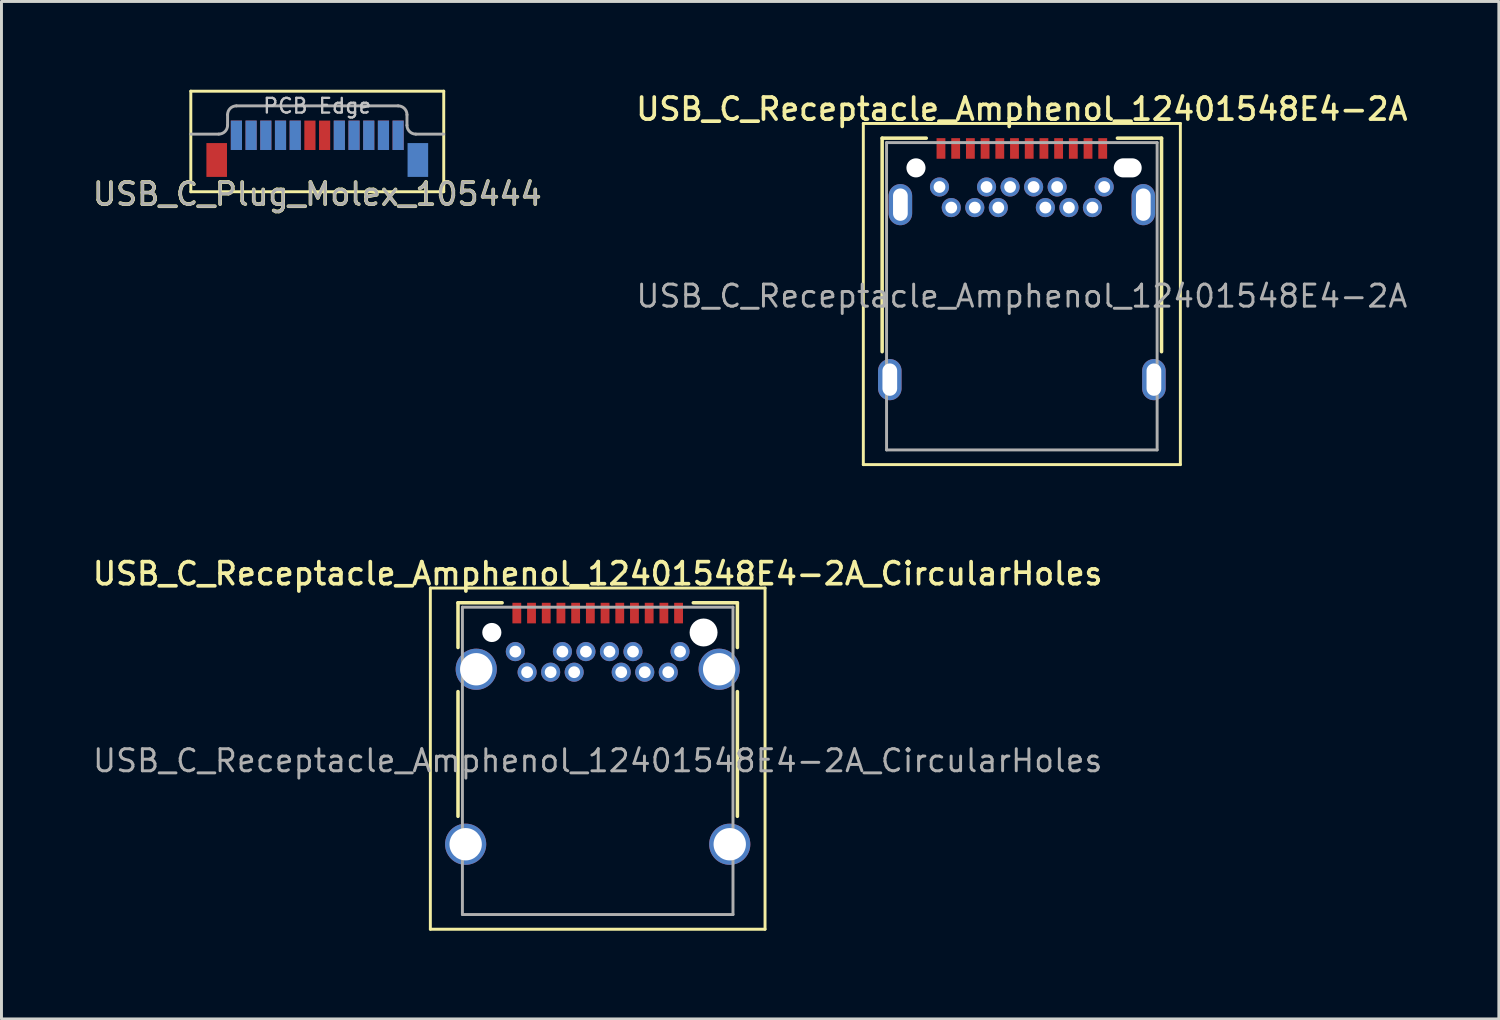
<source format=kicad_pcb>
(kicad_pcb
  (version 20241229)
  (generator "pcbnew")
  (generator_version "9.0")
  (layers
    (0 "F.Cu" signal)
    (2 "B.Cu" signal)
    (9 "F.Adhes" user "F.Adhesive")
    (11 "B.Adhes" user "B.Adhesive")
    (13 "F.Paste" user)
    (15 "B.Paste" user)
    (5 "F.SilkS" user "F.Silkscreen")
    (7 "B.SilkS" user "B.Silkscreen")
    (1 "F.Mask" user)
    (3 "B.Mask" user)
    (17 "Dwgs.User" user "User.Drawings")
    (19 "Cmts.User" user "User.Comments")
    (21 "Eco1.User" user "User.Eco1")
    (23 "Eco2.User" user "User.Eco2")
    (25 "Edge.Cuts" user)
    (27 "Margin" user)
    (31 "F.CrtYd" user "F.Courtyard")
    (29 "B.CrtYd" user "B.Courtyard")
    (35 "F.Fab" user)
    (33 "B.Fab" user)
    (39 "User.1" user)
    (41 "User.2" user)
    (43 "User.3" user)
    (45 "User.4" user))
  (footprint "USB_C_Receptacle_Amphenol_12401548E4-2A_CircularHoles"
    (layer "F.Cu")
    (at 17.273 22.816)
    (property "Reference" "USB_C_Receptacle_Amphenol_12401548E4-2A_CircularHoles" (at 0 -6.36 0) (layer "F.SilkS") (effects (font (size 0.75 0.75) (thickness 0.125))))
    (attr smd)
    (fp_line (start -5.69 -5.87) (end 5.69 -5.87) (stroke (width 0.1) (type solid)) (layer "F.SilkS"))
    (fp_line (start -5.69 5.73) (end -5.69 -5.87) (stroke (width 0.1) (type solid)) (layer "F.SilkS"))
    (fp_line (start -4.75 -5.37) (end -4.75 -3.85) (stroke (width 0.12) (type solid)) (layer "F.SilkS"))
    (fp_line (start -4.75 -5.37) (end -3.25 -5.37) (stroke (width 0.12) (type solid)) (layer "F.SilkS"))
    (fp_line (start -4.75 -2.35) (end -4.75 1.89) (stroke (width 0.12) (type solid)) (layer "F.SilkS"))
    (fp_line (start 3.25 -5.37) (end 4.75 -5.37) (stroke (width 0.12) (type solid)) (layer "F.SilkS"))
    (fp_line (start 4.75 -5.37) (end 4.75 -3.85) (stroke (width 0.12) (type solid)) (layer "F.SilkS"))
    (fp_line (start 4.75 -2.35) (end 4.75 1.89) (stroke (width 0.12) (type solid)) (layer "F.SilkS"))
    (fp_line (start 5.69 -5.87) (end 5.69 5.73) (stroke (width 0.1) (type solid)) (layer "F.SilkS"))
    (fp_line (start 5.69 5.73) (end -5.69 5.73) (stroke (width 0.1) (type solid)) (layer "F.SilkS"))
    (fp_line (start -4.6 -5.22) (end 4.6 -5.22) (stroke (width 0.1) (type solid)) (layer "F.Fab"))
    (fp_line (start -4.6 5.23) (end -4.6 -5.22) (stroke (width 0.1) (type solid)) (layer "F.Fab"))
    (fp_line (start -4.6 5.23) (end 4.6 5.23) (stroke (width 0.1) (type solid)) (layer "F.Fab"))
    (fp_line (start 4.6 5.23) (end 4.6 -5.22) (stroke (width 0.1) (type solid)) (layer "F.Fab"))
    (fp_text user "${REFERENCE}" (at 0 0 0) (layer "F.Fab") (effects (font (size 0.75 0.75) (thickness 0.1))))
    (pad "" np_thru_hole circle (at -3.6 -4.36) (size 0.65 0.65) (drill 0.65) (layers "*.Cu" "*.Mask"))
    (pad "" np_thru_hole circle (at 3.6 -4.36) (size 0.95 0.95) (drill 0.95) (layers "*.Cu" "*.Mask"))
    (pad "A1" smd rect (at -2.75 -5.02) (size 0.3 0.7) (layers "F.Cu" "F.Mask" "F.Paste"))
    (pad "A2" smd rect (at -2.25 -5.02) (size 0.3 0.7) (layers "F.Cu" "F.Mask" "F.Paste"))
    (pad "A3" smd rect (at -1.75 -5.02) (size 0.3 0.7) (layers "F.Cu" "F.Mask" "F.Paste"))
    (pad "A4" smd rect (at -1.25 -5.02) (size 0.3 0.7) (layers "F.Cu" "F.Mask" "F.Paste"))
    (pad "A5" smd rect (at -0.75 -5.02) (size 0.3 0.7) (layers "F.Cu" "F.Mask" "F.Paste"))
    (pad "A6" smd rect (at -0.25 -5.02) (size 0.3 0.7) (layers "F.Cu" "F.Mask" "F.Paste"))
    (pad "A7" smd rect (at 0.25 -5.02) (size 0.3 0.7) (layers "F.Cu" "F.Mask" "F.Paste"))
    (pad "A8" smd rect (at 0.75 -5.02) (size 0.3 0.7) (layers "F.Cu" "F.Mask" "F.Paste"))
    (pad "A9" smd rect (at 1.25 -5.02) (size 0.3 0.7) (layers "F.Cu" "F.Mask" "F.Paste"))
    (pad "A10" smd rect (at 1.75 -5.02) (size 0.3 0.7) (layers "F.Cu" "F.Mask" "F.Paste"))
    (pad "A11" smd rect (at 2.25 -5.02) (size 0.3 0.7) (layers "F.Cu" "F.Mask" "F.Paste"))
    (pad "A12" smd rect (at 2.75 -5.02) (size 0.3 0.7) (layers "F.Cu" "F.Mask" "F.Paste"))
    (pad "B1" thru_hole circle (at 2.8 -3.71) (size 0.65 0.65) (drill 0.4) (layers "*.Cu" "*.Mask"))
    (pad "B2" thru_hole circle (at 2.4 -3.01) (size 0.65 0.65) (drill 0.4) (layers "*.Cu" "*.Mask"))
    (pad "B3" thru_hole circle (at 1.6 -3.01) (size 0.65 0.65) (drill 0.4) (layers "*.Cu" "*.Mask"))
    (pad "B4" thru_hole circle (at 1.2 -3.71) (size 0.65 0.65) (drill 0.4) (layers "*.Cu" "*.Mask"))
    (pad "B5" thru_hole circle (at 0.8 -3.01) (size 0.65 0.65) (drill 0.4) (layers "*.Cu" "*.Mask"))
    (pad "B6" thru_hole circle (at 0.4 -3.71) (size 0.65 0.65) (drill 0.4) (layers "*.Cu" "*.Mask"))
    (pad "B7" thru_hole circle (at -0.4 -3.71) (size 0.65 0.65) (drill 0.4) (layers "*.Cu" "*.Mask"))
    (pad "B8" thru_hole circle (at -0.8 -3.01) (size 0.65 0.65) (drill 0.4) (layers "*.Cu" "*.Mask"))
    (pad "B9" thru_hole circle (at -1.2 -3.71) (size 0.65 0.65) (drill 0.4) (layers "*.Cu" "*.Mask"))
    (pad "B10" thru_hole circle (at -1.6 -3.01) (size 0.65 0.65) (drill 0.4) (layers "*.Cu" "*.Mask"))
    (pad "B11" thru_hole circle (at -2.4 -3.01) (size 0.65 0.65) (drill 0.4) (layers "*.Cu" "*.Mask"))
    (pad "B12" thru_hole circle (at -2.8 -3.71) (size 0.65 0.65) (drill 0.4) (layers "*.Cu" "*.Mask"))
    (pad "S1" thru_hole circle (at -4.49 2.84) (size 1.4 1.4) (drill 1.1) (layers "*.Cu" "*.Mask"))
    (pad "S1" thru_hole circle (at -4.13 -3.11) (size 1.4 1.4) (drill 1.1) (layers "*.Cu" "*.Mask"))
    (pad "S1" thru_hole circle (at 4.13 -3.11) (size 1.4 1.4) (drill 1.1) (layers "*.Cu" "*.Mask"))
    (pad "S1" thru_hole circle (at 4.49 2.84) (size 1.4 1.4) (drill 1.1) (layers "*.Cu" "*.Mask")))
  (footprint "USB_C_Receptacle_Amphenol_12401548E4-2A"
    (layer "F.Cu")
    (at 31.695 7.018)
    (property "Reference" "USB_C_Receptacle_Amphenol_12401548E4-2A" (at 0 -6.36 0) (layer "F.SilkS") (effects (font (size 0.75 0.75) (thickness 0.125))))
    (attr smd)
    (fp_line (start -5.39 -5.87) (end 5.39 -5.87) (stroke (width 0.1) (type solid)) (layer "F.SilkS"))
    (fp_line (start -5.39 5.73) (end -5.39 -5.87) (stroke (width 0.1) (type solid)) (layer "F.SilkS"))
    (fp_line (start -4.75 -5.37) (end -4.75 1.89) (stroke (width 0.12) (type solid)) (layer "F.SilkS"))
    (fp_line (start -4.75 -5.37) (end -3.25 -5.37) (stroke (width 0.12) (type solid)) (layer "F.SilkS"))
    (fp_line (start 3.25 -5.37) (end 4.75 -5.37) (stroke (width 0.12) (type solid)) (layer "F.SilkS"))
    (fp_line (start 4.75 -5.37) (end 4.75 1.89) (stroke (width 0.12) (type solid)) (layer "F.SilkS"))
    (fp_line (start 5.39 -5.87) (end 5.39 5.73) (stroke (width 0.1) (type solid)) (layer "F.SilkS"))
    (fp_line (start 5.39 5.73) (end -5.39 5.73) (stroke (width 0.1) (type solid)) (layer "F.SilkS"))
    (fp_line (start -4.6 -5.22) (end 4.6 -5.22) (stroke (width 0.1) (type solid)) (layer "F.Fab"))
    (fp_line (start -4.6 5.23) (end -4.6 -5.22) (stroke (width 0.1) (type solid)) (layer "F.Fab"))
    (fp_line (start -4.6 5.23) (end 4.6 5.23) (stroke (width 0.1) (type solid)) (layer "F.Fab"))
    (fp_line (start 4.6 5.23) (end 4.6 -5.22) (stroke (width 0.1) (type solid)) (layer "F.Fab"))
    (fp_text user "${REFERENCE}" (at 0 0 0) (layer "F.Fab") (effects (font (size 0.75 0.75) (thickness 0.1))))
    (pad "" np_thru_hole circle (at -3.6 -4.36) (size 0.65 0.65) (drill 0.65) (layers "*.Cu" "*.Mask"))
    (pad "" np_thru_hole oval (at 3.6 -4.36) (size 0.95 0.65) (drill oval 0.95 0.65) (layers "*.Cu" "*.Mask"))
    (pad "A1" smd rect (at -2.75 -5.02) (size 0.3 0.7) (layers "F.Cu" "F.Mask" "F.Paste"))
    (pad "A2" smd rect (at -2.25 -5.02) (size 0.3 0.7) (layers "F.Cu" "F.Mask" "F.Paste"))
    (pad "A3" smd rect (at -1.75 -5.02) (size 0.3 0.7) (layers "F.Cu" "F.Mask" "F.Paste"))
    (pad "A4" smd rect (at -1.25 -5.02) (size 0.3 0.7) (layers "F.Cu" "F.Mask" "F.Paste"))
    (pad "A5" smd rect (at -0.75 -5.02) (size 0.3 0.7) (layers "F.Cu" "F.Mask" "F.Paste"))
    (pad "A6" smd rect (at -0.25 -5.02) (size 0.3 0.7) (layers "F.Cu" "F.Mask" "F.Paste"))
    (pad "A7" smd rect (at 0.25 -5.02) (size 0.3 0.7) (layers "F.Cu" "F.Mask" "F.Paste"))
    (pad "A8" smd rect (at 0.75 -5.02) (size 0.3 0.7) (layers "F.Cu" "F.Mask" "F.Paste"))
    (pad "A9" smd rect (at 1.25 -5.02) (size 0.3 0.7) (layers "F.Cu" "F.Mask" "F.Paste"))
    (pad "A10" smd rect (at 1.75 -5.02) (size 0.3 0.7) (layers "F.Cu" "F.Mask" "F.Paste"))
    (pad "A11" smd rect (at 2.25 -5.02) (size 0.3 0.7) (layers "F.Cu" "F.Mask" "F.Paste"))
    (pad "A12" smd rect (at 2.75 -5.02) (size 0.3 0.7) (layers "F.Cu" "F.Mask" "F.Paste"))
    (pad "B1" thru_hole circle (at 2.8 -3.71) (size 0.65 0.65) (drill 0.4) (layers "*.Cu" "*.Mask"))
    (pad "B2" thru_hole circle (at 2.4 -3.01) (size 0.65 0.65) (drill 0.4) (layers "*.Cu" "*.Mask"))
    (pad "B3" thru_hole circle (at 1.6 -3.01) (size 0.65 0.65) (drill 0.4) (layers "*.Cu" "*.Mask"))
    (pad "B4" thru_hole circle (at 1.2 -3.71) (size 0.65 0.65) (drill 0.4) (layers "*.Cu" "*.Mask"))
    (pad "B5" thru_hole circle (at 0.8 -3.01) (size 0.65 0.65) (drill 0.4) (layers "*.Cu" "*.Mask"))
    (pad "B6" thru_hole circle (at 0.4 -3.71) (size 0.65 0.65) (drill 0.4) (layers "*.Cu" "*.Mask"))
    (pad "B7" thru_hole circle (at -0.4 -3.71) (size 0.65 0.65) (drill 0.4) (layers "*.Cu" "*.Mask"))
    (pad "B8" thru_hole circle (at -0.8 -3.01) (size 0.65 0.65) (drill 0.4) (layers "*.Cu" "*.Mask"))
    (pad "B9" thru_hole circle (at -1.2 -3.71) (size 0.65 0.65) (drill 0.4) (layers "*.Cu" "*.Mask"))
    (pad "B10" thru_hole circle (at -1.6 -3.01) (size 0.65 0.65) (drill 0.4) (layers "*.Cu" "*.Mask"))
    (pad "B11" thru_hole circle (at -2.4 -3.01) (size 0.65 0.65) (drill 0.4) (layers "*.Cu" "*.Mask"))
    (pad "B12" thru_hole circle (at -2.8 -3.71) (size 0.65 0.65) (drill 0.4) (layers "*.Cu" "*.Mask"))
    (pad "S1" thru_hole oval (at -4.49 2.84) (size 0.8 1.4) (drill oval 0.5 1.1) (layers "*.Cu" "*.Mask"))
    (pad "S1" thru_hole oval (at -4.13 -3.11) (size 0.8 1.4) (drill oval 0.5 1.1) (layers "*.Cu" "*.Mask"))
    (pad "S1" thru_hole oval (at 4.13 -3.11) (size 0.8 1.4) (drill oval 0.5 1.1) (layers "*.Cu" "*.Mask"))
    (pad "S1" thru_hole oval (at 4.49 2.84) (size 0.8 1.4) (drill oval 0.5 1.1) (layers "*.Cu" "*.Mask")))
  (footprint "USB_C_Plug_Molex_105444"
    (layer "F.Cu")
    (at 7.738 1.51)
    (property "Reference" "USB_C_Plug_Molex_105444" (at 0 2.04 0) (layer "F.SilkS") (effects (font (size 0.75 0.75) (thickness 0.125))))
    (attr smd)
    (fp_line (start -4.3 1.96) (end -4.3 -1.46) (stroke (width 0.1) (type solid)) (layer "F.SilkS"))
    (fp_line (start 4.3 -1.46) (end -4.3 -1.46) (stroke (width 0.1) (type solid)) (layer "F.SilkS"))
    (fp_line (start 4.3 1.96) (end -4.3 1.96) (stroke (width 0.1) (type solid)) (layer "F.SilkS"))
    (fp_line (start 4.3 1.96) (end 4.3 -1.46) (stroke (width 0.1) (type solid)) (layer "F.SilkS"))
    (fp_line (start -3.35 0) (end -4.3 0) (stroke (width 0.1) (type solid)) (layer "F.Fab"))
    (fp_line (start -3.05 -0.66) (end -3.05 -0.3) (stroke (width 0.1) (type solid)) (layer "F.Fab"))
    (fp_line (start -2.75 -0.96) (end 2.75 -0.96) (stroke (width 0.1) (type solid)) (layer "F.Fab"))
    (fp_line (start 3.05 -0.66) (end 3.05 -0.3) (stroke (width 0.1) (type solid)) (layer "F.Fab"))
    (fp_line (start 3.35 0) (end 4.3 0) (stroke (width 0.1) (type solid)) (layer "F.Fab"))
    (fp_arc (start -3.05 -0.66) (mid -2.962132 -0.872132) (end -2.75 -0.96) (stroke (width 0.1) (type solid)) (layer "F.Fab"))
    (fp_arc (start -3.05 -0.3) (mid -3.137868 -0.087868) (end -3.35 0) (stroke (width 0.1) (type solid)) (layer "F.Fab"))
    (fp_arc (start 2.75 -0.96) (mid 2.962132 -0.872132) (end 3.05 -0.66) (stroke (width 0.1) (type solid)) (layer "F.Fab"))
    (fp_arc (start 3.35 0) (mid 3.137868 -0.087868) (end 3.05 -0.3) (stroke (width 0.1) (type solid)) (layer "F.Fab"))
    (fp_text user "PCB Edge" (at 0 -0.96 0) (layer "Dwgs.User") (effects (font (size 0.5 0.5) (thickness 0.08))))
    (fp_text user "${REFERENCE}" (at 0 2.04 0) (layer "F.Fab") (effects (font (size 0.75 0.75) (thickness 0.1))))
    (pad "A1" smd rect (at -2.75 0.04) (size 0.38 1) (layers "F.Cu" "F.Mask" "F.Paste"))
    (pad "A2" smd rect (at -2.25 0.04) (size 0.38 1) (layers "F.Cu" "F.Mask" "F.Paste"))
    (pad "A3" smd rect (at -1.75 0.04) (size 0.38 1) (layers "F.Cu" "F.Mask" "F.Paste"))
    (pad "A4" smd rect (at -1.25 0.04) (size 0.38 1) (layers "F.Cu" "F.Mask" "F.Paste"))
    (pad "A5" smd rect (at -0.75 0.04) (size 0.38 1) (layers "F.Cu" "F.Mask" "F.Paste"))
    (pad "A6" smd rect (at -0.25 0.04) (size 0.38 1) (layers "F.Cu" "F.Mask" "F.Paste"))
    (pad "A7" smd rect (at 0.25 0.04) (size 0.38 1) (layers "F.Cu" "F.Mask" "F.Paste"))
    (pad "A8" smd rect (at 0.75 0.04) (size 0.38 1) (layers "F.Cu" "F.Mask" "F.Paste"))
    (pad "A9" smd rect (at 1.25 0.04) (size 0.38 1) (layers "F.Cu" "F.Mask" "F.Paste"))
    (pad "A10" smd rect (at 1.75 0.04) (size 0.38 1) (layers "F.Cu" "F.Mask" "F.Paste"))
    (pad "A11" smd rect (at 2.25 0.04) (size 0.38 1) (layers "F.Cu" "F.Mask" "F.Paste"))
    (pad "A12" smd rect (at 2.75 0.04) (size 0.38 1) (layers "F.Cu" "F.Mask" "F.Paste"))
    (pad "B1" smd rect (at 2.75 0.04) (size 0.38 1) (layers "B.Cu" "B.Mask" "B.Paste"))
    (pad "B2" smd rect (at 2.25 0.04) (size 0.38 1) (layers "B.Cu" "B.Mask" "B.Paste"))
    (pad "B3" smd rect (at 1.75 0.04) (size 0.38 1) (layers "B.Cu" "B.Mask" "B.Paste"))
    (pad "B4" smd rect (at 1.25 0.04) (size 0.38 1) (layers "B.Cu" "B.Mask" "B.Paste"))
    (pad "B5" smd rect (at 0.75 0.04) (size 0.38 1) (layers "B.Cu" "B.Mask" "B.Paste"))
    (pad "B8" smd rect (at -0.75 0.04) (size 0.38 1) (layers "B.Cu" "B.Mask" "B.Paste"))
    (pad "B9" smd rect (at -1.25 0.04) (size 0.38 1) (layers "B.Cu" "B.Mask" "B.Paste"))
    (pad "B10" smd rect (at -1.75 0.04) (size 0.38 1) (layers "B.Cu" "B.Mask" "B.Paste"))
    (pad "B11" smd rect (at -2.25 0.04) (size 0.38 1) (layers "B.Cu" "B.Mask" "B.Paste"))
    (pad "B12" smd rect (at -2.75 0.04) (size 0.38 1) (layers "B.Cu" "B.Mask" "B.Paste"))
    (pad "S1" smd rect (at -3.42 0.88) (size 0.7 1.15) (layers "F.Cu" "F.Mask" "F.Paste"))
    (pad "S1" smd rect (at 3.42 0.88) (size 0.7 1.15) (layers "B.Cu" "B.Mask" "B.Paste")))
  (gr_rect
    (start -3 -3)
    (end 47.914 31.596)
    (stroke (width 0.1) (type default))
    (fill no)
    (layer "Edge.Cuts")))
</source>
